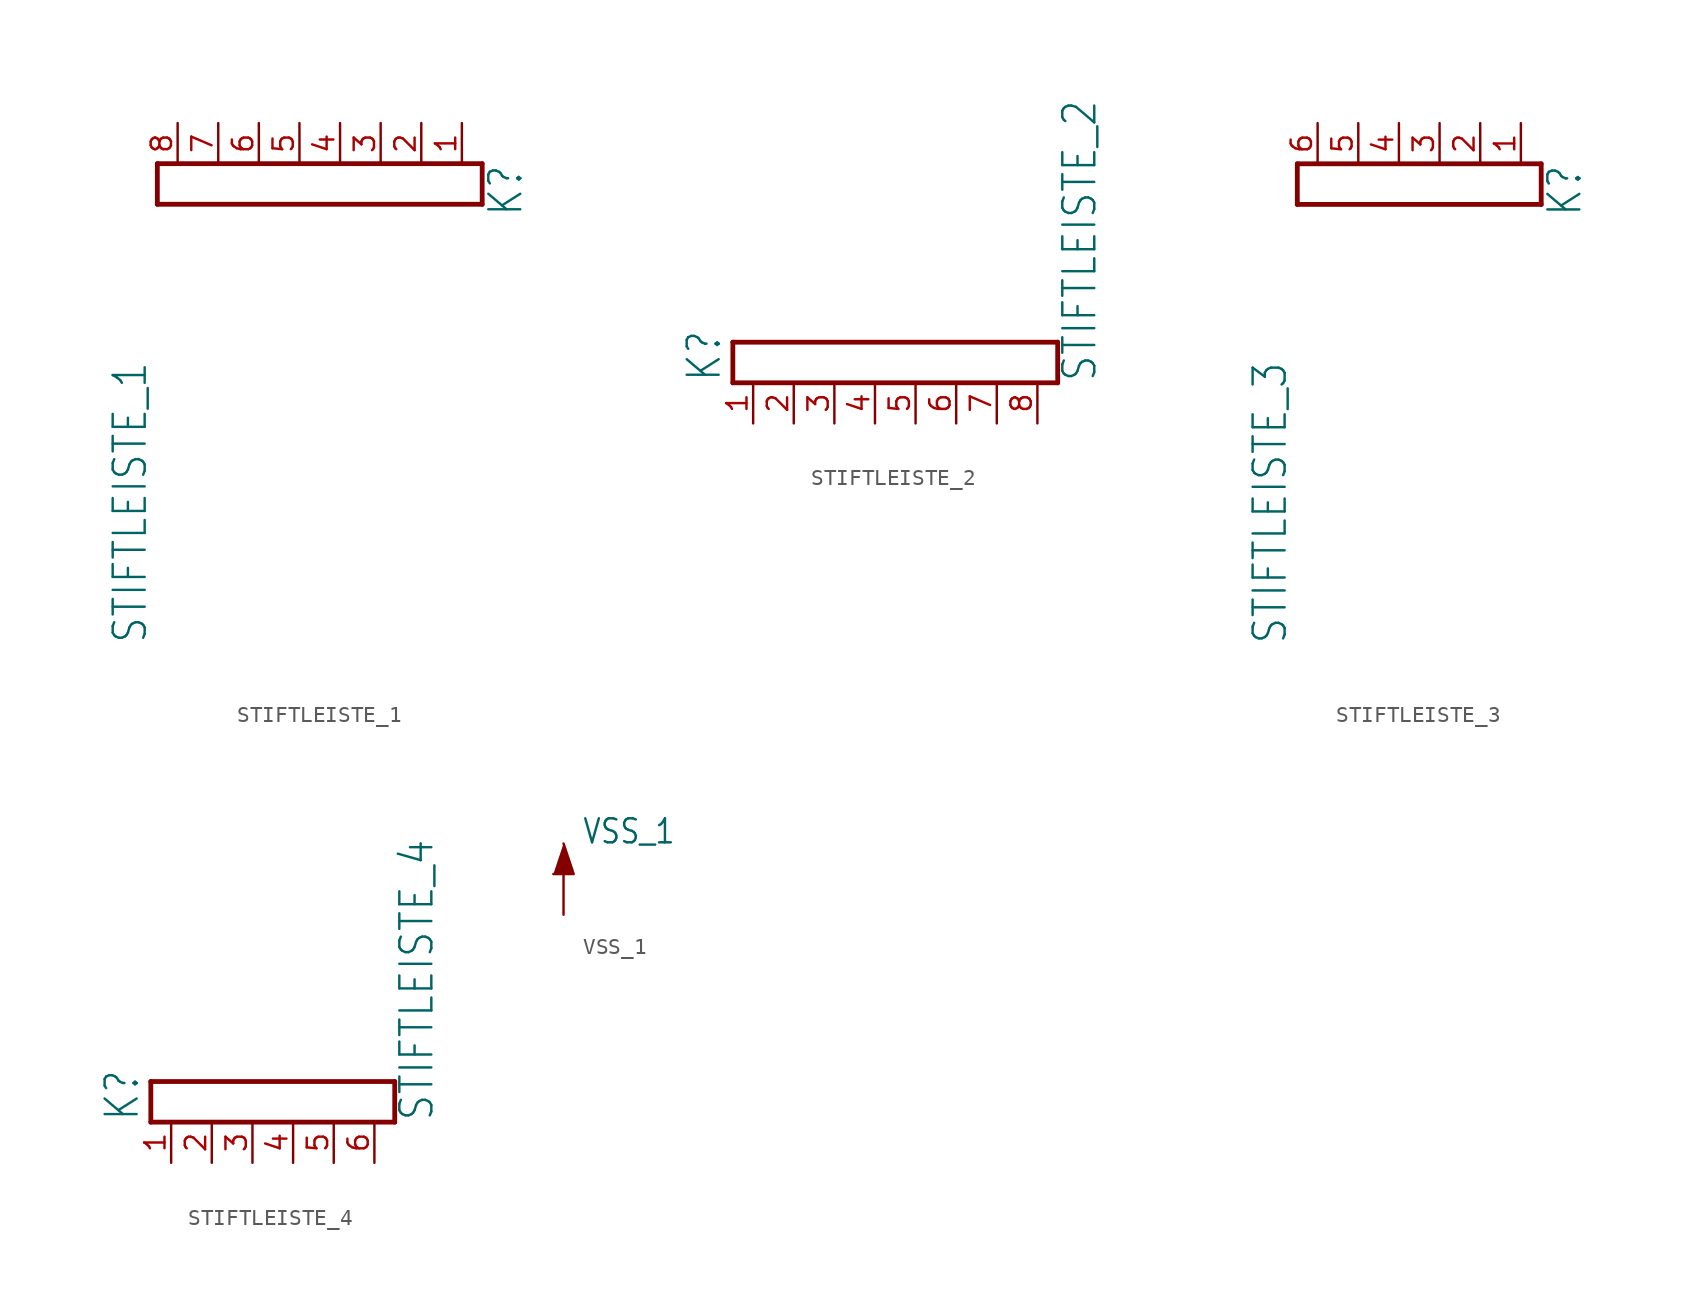
<source format=kicad_sym>
(kicad_symbol_lib
  (version 20211014)
  (generator kicad_symbol_editor)
  (symbol "STIFTLEISTE_1"
    (property "Reference" "K"
      (at 12.795 1.27 90)
      (effects (font (size 2 1.7)) (justify right bottom)))
    (property "Value" "STIFTLEISTE_1"
      (at -10.7 -11.043 90)
      (effects (font (size 2 1.7)) (justify right bottom)))
    (property "ki_locked" ""
      (at 0 0 0)
      (effects (font (size 1.27 1.27))))
    (symbol "STIFTLEISTE_1_1_0"
      (polyline (pts (xy -10.16 -1.27) (xy -10.16 1.27)) (stroke (width 0.3) (type default) (color 0 0 0 0)) (fill (type none)))
      (polyline (pts (xy 10.16 -1.27) (xy -10.16 -1.27)) (stroke (width 0.3) (type default) (color 0 0 0 0)) (fill (type none)))
      (polyline (pts (xy 10.16 -1.27) (xy 10.16 1.27)) (stroke (width 0.3) (type default) (color 0 0 0 0)) (fill (type none)))
      (polyline (pts (xy 10.16 1.27) (xy -10.16 1.27)) (stroke (width 0.3) (type default) (color 0 0 0 0)) (fill (type none)))
      (pin passive line (at 8.89 3.81 270) (length 2.54) (name "1" (effects (font (size 0 0)))) (number "1" (effects (font (size 1.27 1.27)))))
      (pin passive line (at 6.35 3.81 270) (length 2.54) (name "2" (effects (font (size 0 0)))) (number "2" (effects (font (size 1.27 1.27)))))
      (pin passive line (at 3.81 3.81 270) (length 2.54) (name "3" (effects (font (size 0 0)))) (number "3" (effects (font (size 1.27 1.27)))))
      (pin passive line (at 1.27 3.81 270) (length 2.54) (name "4" (effects (font (size 0 0)))) (number "4" (effects (font (size 1.27 1.27)))))
      (pin passive line (at -1.27 3.81 270) (length 2.54) (name "5" (effects (font (size 0 0)))) (number "5" (effects (font (size 1.27 1.27)))))
      (pin passive line (at -3.81 3.81 270) (length 2.54) (name "6" (effects (font (size 0 0)))) (number "6" (effects (font (size 1.27 1.27)))))
      (pin passive line (at -6.35 3.81 270) (length 2.54) (name "7" (effects (font (size 0 0)))) (number "7" (effects (font (size 1.27 1.27)))))
      (pin passive line (at -8.89 3.81 270) (length 2.54) (name "8" (effects (font (size 0 0)))) (number "8" (effects (font (size 1.27 1.27)))))))
  (symbol "STIFTLEISTE_2"
    (property "Reference" "K"
      (at -10.795 -1.27 90)
      (effects (font (size 2 1.7)) (justify left bottom)))
    (property "Value" "STIFTLEISTE_2"
      (at 12.7 -1.27 90)
      (effects (font (size 2 1.7)) (justify left bottom)))
    (property "ki_locked" ""
      (at 0 0 0)
      (effects (font (size 1.27 1.27))))
    (symbol "STIFTLEISTE_2_1_0"
      (polyline (pts (xy -10.16 -1.27) (xy 10.16 -1.27)) (stroke (width 0.3) (type default) (color 0 0 0 0)) (fill (type none)))
      (polyline (pts (xy -10.16 1.27) (xy -10.16 -1.27)) (stroke (width 0.3) (type default) (color 0 0 0 0)) (fill (type none)))
      (polyline (pts (xy -10.16 1.27) (xy 10.16 1.27)) (stroke (width 0.3) (type default) (color 0 0 0 0)) (fill (type none)))
      (polyline (pts (xy 10.16 1.27) (xy 10.16 -1.27)) (stroke (width 0.3) (type default) (color 0 0 0 0)) (fill (type none)))
      (pin passive line (at -8.89 -3.81 90) (length 2.54) (name "1" (effects (font (size 0 0)))) (number "1" (effects (font (size 1.27 1.27)))))
      (pin passive line (at -6.35 -3.81 90) (length 2.54) (name "2" (effects (font (size 0 0)))) (number "2" (effects (font (size 1.27 1.27)))))
      (pin passive line (at -3.81 -3.81 90) (length 2.54) (name "3" (effects (font (size 0 0)))) (number "3" (effects (font (size 1.27 1.27)))))
      (pin passive line (at -1.27 -3.81 90) (length 2.54) (name "4" (effects (font (size 0 0)))) (number "4" (effects (font (size 1.27 1.27)))))
      (pin passive line (at 1.27 -3.81 90) (length 2.54) (name "5" (effects (font (size 0 0)))) (number "5" (effects (font (size 1.27 1.27)))))
      (pin passive line (at 3.81 -3.81 90) (length 2.54) (name "6" (effects (font (size 0 0)))) (number "6" (effects (font (size 1.27 1.27)))))
      (pin passive line (at 6.35 -3.81 90) (length 2.54) (name "7" (effects (font (size 0 0)))) (number "7" (effects (font (size 1.27 1.27)))))
      (pin passive line (at 8.89 -3.81 90) (length 2.54) (name "8" (effects (font (size 0 0)))) (number "8" (effects (font (size 1.27 1.27)))))))
  (symbol "STIFTLEISTE_3"
    (property "Reference" "K"
      (at 10.255 1.27 90)
      (effects (font (size 2 1.7)) (justify right bottom)))
    (property "Value" "STIFTLEISTE_3"
      (at -8.16 -11.043 90)
      (effects (font (size 2 1.7)) (justify right bottom)))
    (property "ki_locked" ""
      (at 0 0 0)
      (effects (font (size 1.27 1.27))))
    (symbol "STIFTLEISTE_3_1_0"
      (polyline (pts (xy -7.62 -1.27) (xy -7.62 1.27)) (stroke (width 0.3) (type default) (color 0 0 0 0)) (fill (type none)))
      (polyline (pts (xy 7.62 -1.27) (xy -7.62 -1.27)) (stroke (width 0.3) (type default) (color 0 0 0 0)) (fill (type none)))
      (polyline (pts (xy 7.62 -1.27) (xy 7.62 1.27)) (stroke (width 0.3) (type default) (color 0 0 0 0)) (fill (type none)))
      (polyline (pts (xy 7.62 1.27) (xy -7.62 1.27)) (stroke (width 0.3) (type default) (color 0 0 0 0)) (fill (type none)))
      (pin passive line (at 6.35 3.81 270) (length 2.54) (name "1" (effects (font (size 0 0)))) (number "1" (effects (font (size 1.27 1.27)))))
      (pin passive line (at 3.81 3.81 270) (length 2.54) (name "2" (effects (font (size 0 0)))) (number "2" (effects (font (size 1.27 1.27)))))
      (pin passive line (at 1.27 3.81 270) (length 2.54) (name "3" (effects (font (size 0 0)))) (number "3" (effects (font (size 1.27 1.27)))))
      (pin passive line (at -1.27 3.81 270) (length 2.54) (name "4" (effects (font (size 0 0)))) (number "4" (effects (font (size 1.27 1.27)))))
      (pin passive line (at -3.81 3.81 270) (length 2.54) (name "5" (effects (font (size 0 0)))) (number "5" (effects (font (size 1.27 1.27)))))
      (pin passive line (at -6.35 3.81 270) (length 2.54) (name "6" (effects (font (size 0 0)))) (number "6" (effects (font (size 1.27 1.27)))))))
  (symbol "STIFTLEISTE_4"
    (property "Reference" "K"
      (at -8.255 -1.27 90)
      (effects (font (size 2 1.7)) (justify left bottom)))
    (property "Value" "STIFTLEISTE_4"
      (at 10.16 -1.27 90)
      (effects (font (size 2 1.7)) (justify left bottom)))
    (property "ki_locked" ""
      (at 0 0 0)
      (effects (font (size 1.27 1.27))))
    (symbol "STIFTLEISTE_4_1_0"
      (polyline (pts (xy -7.62 -1.27) (xy 7.62 -1.27)) (stroke (width 0.3) (type default) (color 0 0 0 0)) (fill (type none)))
      (polyline (pts (xy -7.62 1.27) (xy -7.62 -1.27)) (stroke (width 0.3) (type default) (color 0 0 0 0)) (fill (type none)))
      (polyline (pts (xy -7.62 1.27) (xy 7.62 1.27)) (stroke (width 0.3) (type default) (color 0 0 0 0)) (fill (type none)))
      (polyline (pts (xy 7.62 1.27) (xy 7.62 -1.27)) (stroke (width 0.3) (type default) (color 0 0 0 0)) (fill (type none)))
      (pin passive line (at -6.35 -3.81 90) (length 2.54) (name "1" (effects (font (size 0 0)))) (number "1" (effects (font (size 1.27 1.27)))))
      (pin passive line (at -3.81 -3.81 90) (length 2.54) (name "2" (effects (font (size 0 0)))) (number "2" (effects (font (size 1.27 1.27)))))
      (pin passive line (at -1.27 -3.81 90) (length 2.54) (name "3" (effects (font (size 0 0)))) (number "3" (effects (font (size 1.27 1.27)))))
      (pin passive line (at 1.27 -3.81 90) (length 2.54) (name "4" (effects (font (size 0 0)))) (number "4" (effects (font (size 1.27 1.27)))))
      (pin passive line (at 3.81 -3.81 90) (length 2.54) (name "5" (effects (font (size 0 0)))) (number "5" (effects (font (size 1.27 1.27)))))
      (pin passive line (at 6.35 -3.81 90) (length 2.54) (name "6" (effects (font (size 0 0)))) (number "6" (effects (font (size 1.27 1.27)))))))
  (symbol "VSS_1"
    (power)
    (property "Reference" "#REF"
      (at 0 0 0)
      (effects (font (size 1.27 1.27)) hide))
    (property "Value" "VSS_1"
      (at 1.135 4.33 0)
      (effects (font (size 1.5 1.275)) (justify left bottom)))
    (property "ki_locked" ""
      (at 0 0 0)
      (effects (font (size 1.27 1.27))))
    (symbol "VSS_1_1_0"
      (polyline (pts (xy -0.635 2.54) (xy 0.635 2.54) (xy 0 4.445)) (stroke (width 0) (type default) (color 0 0 0 0)) (fill (type outline)))
      (pin power_in line (at 0 0 90) (length 2.54) (name "VSS_1" (effects (font (size 0 0)))) (number "1" (effects (font (size 0 0))))))))
</source>
